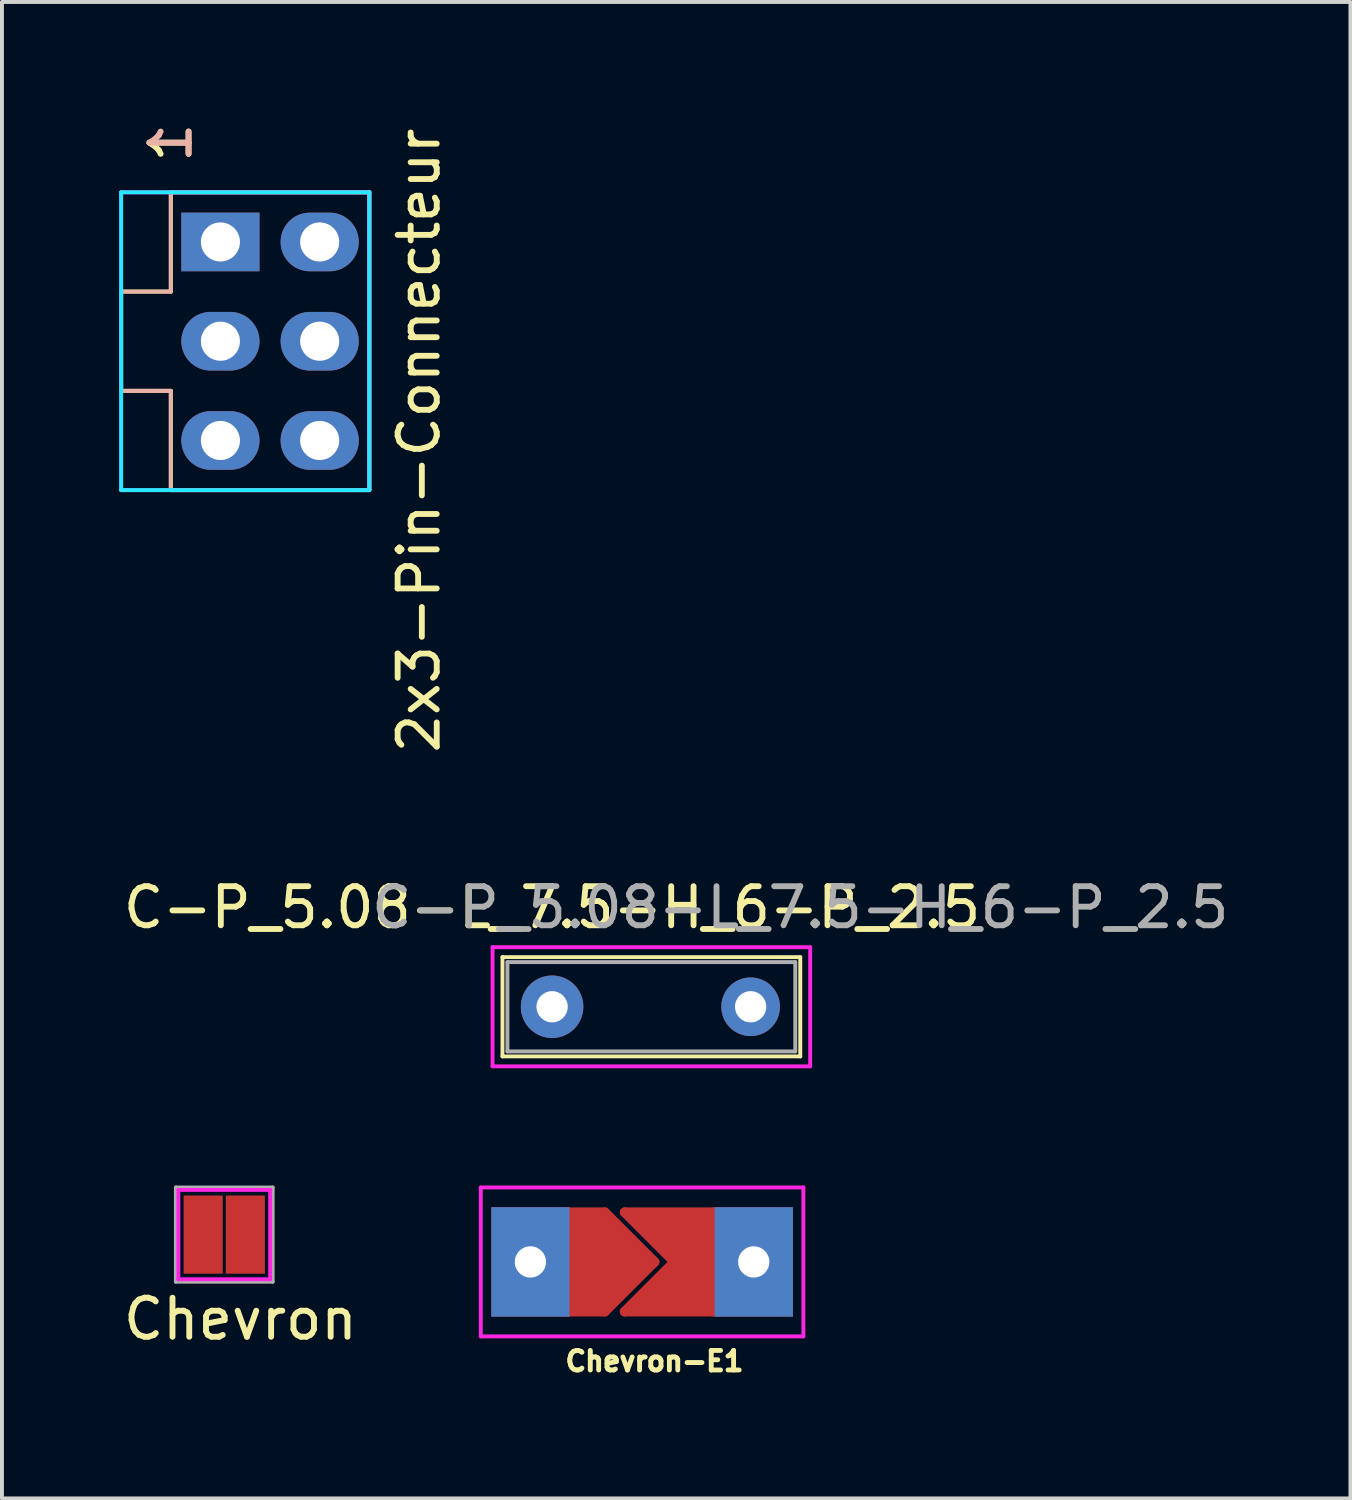
<source format=kicad_pcb>
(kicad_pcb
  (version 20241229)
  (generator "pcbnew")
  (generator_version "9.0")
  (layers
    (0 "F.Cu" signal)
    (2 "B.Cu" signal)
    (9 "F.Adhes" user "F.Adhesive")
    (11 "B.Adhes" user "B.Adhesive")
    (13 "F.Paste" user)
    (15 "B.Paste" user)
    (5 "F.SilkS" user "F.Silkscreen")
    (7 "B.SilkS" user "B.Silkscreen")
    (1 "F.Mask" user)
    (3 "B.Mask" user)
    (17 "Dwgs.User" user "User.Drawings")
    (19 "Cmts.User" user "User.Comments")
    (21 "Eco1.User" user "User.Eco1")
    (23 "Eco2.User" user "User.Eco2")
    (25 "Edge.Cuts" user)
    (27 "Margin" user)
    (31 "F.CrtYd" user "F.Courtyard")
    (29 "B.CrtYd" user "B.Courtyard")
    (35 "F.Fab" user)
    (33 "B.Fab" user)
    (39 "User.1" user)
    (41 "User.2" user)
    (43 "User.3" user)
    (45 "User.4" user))
  (footprint "Chevron"
    (layer "F.Cu")
    (at 2.149 28.541)
    (property "Reference" "Chevron" (at 0.953 2.159 0) (layer "F.SilkS") (effects (font (size 1 1) (thickness 0.15))))
    (attr through_hole)
    (fp_line (start -0.572 -1.079) (end -0.572 1.079) (stroke (width 0.1) (type solid)) (layer "F.Mask"))
    (fp_line (start -0.572 1.079) (end 1.651 1.079) (stroke (width 0.1) (type solid)) (layer "F.Mask"))
    (fp_line (start 1.651 -1.079) (end -0.572 -1.079) (stroke (width 0.1) (type solid)) (layer "F.Mask"))
    (fp_line (start 1.651 1.079) (end 1.651 -1.079) (stroke (width 0.1) (type solid)) (layer "F.Mask"))
    (fp_line (start -0.635 -1.143) (end 1.714 -1.143) (stroke (width 0.1) (type solid)) (layer "F.CrtYd"))
    (fp_line (start -0.635 1.143) (end -0.635 -1.143) (stroke (width 0.1) (type solid)) (layer "F.CrtYd"))
    (fp_line (start 1.714 -1.143) (end 1.714 1.143) (stroke (width 0.1) (type solid)) (layer "F.CrtYd"))
    (fp_line (start 1.714 1.143) (end -0.635 1.143) (stroke (width 0.1) (type solid)) (layer "F.CrtYd"))
    (fp_line (start -0.699 -1.206) (end 1.778 -1.206) (stroke (width 0.1) (type solid)) (layer "F.Fab"))
    (fp_line (start -0.699 1.206) (end -0.699 -1.206) (stroke (width 0.1) (type solid)) (layer "F.Fab"))
    (fp_line (start 1.778 -1.206) (end 1.778 1.206) (stroke (width 0.1) (type solid)) (layer "F.Fab"))
    (fp_line (start 1.778 1.206) (end -0.699 1.206) (stroke (width 0.1) (type solid)) (layer "F.Fab"))
    (pad "1" smd rect (at 0 0) (size 1 2) (layers "F.Cu" "F.Mask" "F.Paste"))
    (pad "2" smd rect (at 1.079 0) (size 1 2) (layers "F.Cu" "F.Mask" "F.Paste")))
  (footprint "Chevron-E1"
    (layer "F.Cu")
    (at 13.697 29.24)
    (property "Reference" "Chevron-E1" (at 0 2.54 0) (layer "F.SilkS") (effects (font (size 0.5 0.5) (thickness 0.125))))
    (attr through_hole)
    (fp_line (start -2.286 -1.27) (end -2.286 1.27) (stroke (width 0.25) (type solid)) (layer "F.Cu"))
    (fp_line (start -2.286 1.27) (end -1.27 1.27) (stroke (width 0.25) (type solid)) (layer "F.Cu"))
    (fp_line (start -2.159 -1.143) (end -2.159 1.143) (stroke (width 0.25) (type solid)) (layer "F.Cu"))
    (fp_line (start -2.032 -1.143) (end -2.032 1.143) (stroke (width 0.25) (type solid)) (layer "F.Cu"))
    (fp_line (start -1.905 -1.143) (end -1.905 1.143) (stroke (width 0.25) (type solid)) (layer "F.Cu"))
    (fp_line (start -1.778 -1.143) (end -1.778 1.143) (stroke (width 0.25) (type solid)) (layer "F.Cu"))
    (fp_line (start -1.651 -1.143) (end -1.651 1.143) (stroke (width 0.25) (type solid)) (layer "F.Cu"))
    (fp_line (start -1.524 -1.143) (end -1.524 1.143) (stroke (width 0.25) (type solid)) (layer "F.Cu"))
    (fp_line (start -1.397 -1.143) (end -1.397 1.143) (stroke (width 0.25) (type solid)) (layer "F.Cu"))
    (fp_line (start -1.27 -1.27) (end -2.286 -1.27) (stroke (width 0.25) (type solid)) (layer "F.Cu"))
    (fp_line (start -1.27 -1.143) (end -1.27 1.143) (stroke (width 0.25) (type solid)) (layer "F.Cu"))
    (fp_line (start -1.27 1.27) (end 0 0) (stroke (width 0.25) (type solid)) (layer "F.Cu"))
    (fp_line (start -1.143 -1.016) (end -1.143 1.016) (stroke (width 0.25) (type solid)) (layer "F.Cu"))
    (fp_line (start -1.016 -0.889) (end -1.016 0.889) (stroke (width 0.25) (type solid)) (layer "F.Cu"))
    (fp_line (start -0.889 -0.762) (end -0.889 0.762) (stroke (width 0.25) (type solid)) (layer "F.Cu"))
    (fp_line (start -0.762 -1.27) (end 0.508 0) (stroke (width 0.25) (type solid)) (layer "F.Cu"))
    (fp_line (start -0.762 -0.635) (end -0.762 0.635) (stroke (width 0.25) (type solid)) (layer "F.Cu"))
    (fp_line (start -0.762 1.27) (end 1.524 1.27) (stroke (width 0.25) (type solid)) (layer "F.Cu"))
    (fp_line (start -0.635 -0.508) (end -0.635 0.508) (stroke (width 0.25) (type solid)) (layer "F.Cu"))
    (fp_line (start -0.508 -0.381) (end -0.508 0.381) (stroke (width 0.25) (type solid)) (layer "F.Cu"))
    (fp_line (start -0.381 -1.143) (end 1.397 -1.143) (stroke (width 0.25) (type solid)) (layer "F.Cu"))
    (fp_line (start -0.381 -0.254) (end -0.381 0.254) (stroke (width 0.25) (type solid)) (layer "F.Cu"))
    (fp_line (start -0.381 1.143) (end 1.397 1.143) (stroke (width 0.25) (type solid)) (layer "F.Cu"))
    (fp_line (start -0.254 -1.016) (end 1.397 -1.016) (stroke (width 0.25) (type solid)) (layer "F.Cu"))
    (fp_line (start -0.254 -0.127) (end -0.254 0.127) (stroke (width 0.25) (type solid)) (layer "F.Cu"))
    (fp_line (start -0.254 1.016) (end 1.397 1.016) (stroke (width 0.25) (type solid)) (layer "F.Cu"))
    (fp_line (start -0.127 -0.889) (end 1.397 -0.889) (stroke (width 0.25) (type solid)) (layer "F.Cu"))
    (fp_line (start -0.127 0) (end -0.254 0) (stroke (width 0.25) (type solid)) (layer "F.Cu"))
    (fp_line (start -0.127 0.889) (end 1.397 0.889) (stroke (width 0.25) (type solid)) (layer "F.Cu"))
    (fp_line (start 0 -0.762) (end 1.397 -0.762) (stroke (width 0.25) (type solid)) (layer "F.Cu"))
    (fp_line (start 0 0) (end -1.27 -1.27) (stroke (width 0.25) (type solid)) (layer "F.Cu"))
    (fp_line (start 0 0.762) (end 1.397 0.762) (stroke (width 0.25) (type solid)) (layer "F.Cu"))
    (fp_line (start 0.127 -0.635) (end 1.397 -0.635) (stroke (width 0.25) (type solid)) (layer "F.Cu"))
    (fp_line (start 0.127 0.635) (end 1.397 0.635) (stroke (width 0.25) (type solid)) (layer "F.Cu"))
    (fp_line (start 0.254 -0.508) (end 1.397 -0.508) (stroke (width 0.25) (type solid)) (layer "F.Cu"))
    (fp_line (start 0.254 0.508) (end 1.397 0.508) (stroke (width 0.25) (type solid)) (layer "F.Cu"))
    (fp_line (start 0.381 -0.381) (end 1.397 -0.381) (stroke (width 0.25) (type solid)) (layer "F.Cu"))
    (fp_line (start 0.381 0.381) (end 1.397 0.381) (stroke (width 0.25) (type solid)) (layer "F.Cu"))
    (fp_line (start 0.508 -0.254) (end 1.397 -0.254) (stroke (width 0.25) (type solid)) (layer "F.Cu"))
    (fp_line (start 0.508 0) (end -0.762 1.27) (stroke (width 0.25) (type solid)) (layer "F.Cu"))
    (fp_line (start 0.508 0.254) (end 1.397 0.254) (stroke (width 0.2) (type solid)) (layer "F.Cu"))
    (fp_line (start 0.635 -0.127) (end 1.397 -0.127) (stroke (width 0.25) (type solid)) (layer "F.Cu"))
    (fp_line (start 0.635 0) (end 1.397 0) (stroke (width 0.25) (type solid)) (layer "F.Cu"))
    (fp_line (start 0.635 0.127) (end 1.397 0.127) (stroke (width 0.25) (type solid)) (layer "F.Cu"))
    (fp_line (start 1.524 -1.27) (end -0.762 -1.27) (stroke (width 0.25) (type solid)) (layer "F.Cu"))
    (fp_line (start 1.524 1.27) (end 1.524 -1.27) (stroke (width 0.25) (type solid)) (layer "F.Cu"))
    (fp_line (start -4.445 -1.905) (end 3.81 -1.905) (stroke (width 0.1) (type solid)) (layer "F.CrtYd"))
    (fp_line (start -4.445 1.905) (end -4.445 -1.905) (stroke (width 0.1) (type solid)) (layer "F.CrtYd"))
    (fp_line (start 3.81 -1.905) (end 3.81 1.905) (stroke (width 0.1) (type solid)) (layer "F.CrtYd"))
    (fp_line (start 3.81 1.905) (end -4.445 1.905) (stroke (width 0.1) (type solid)) (layer "F.CrtYd"))
    (pad "1" thru_hole rect (at -3.175 0) (size 2 2.8) (drill 0.8) (layers "*.Cu" "*.Mask"))
    (pad "2" thru_hole rect (at 2.54 0) (size 2 2.8) (drill 0.8) (layers "*.Cu" "*.Mask")))
  (footprint "C-P_5.08-L_7.5-H_6-P_2.5"
    (layer "F.Cu")
    (at 11.077 22.711)
    (property "Reference" "C-P_5.08-L_7.5-H_6-P_2.5" (at 0 -2.54 0) (layer "F.SilkS") (effects (font (size 1 1) (thickness 0.15))))
    (attr through_hole)
    (fp_line (start -1.27 -1.27) (end -1.27 1.27) (stroke (width 0.1) (type solid)) (layer "F.SilkS"))
    (fp_line (start -1.27 1.27) (end 6.35 1.27) (stroke (width 0.1) (type solid)) (layer "F.SilkS"))
    (fp_line (start 6.35 -1.27) (end -1.27 -1.27) (stroke (width 0.1) (type solid)) (layer "F.SilkS"))
    (fp_line (start 6.35 1.27) (end 6.35 -1.27) (stroke (width 0.1) (type solid)) (layer "F.SilkS"))
    (fp_line (start -1.524 -1.524) (end 6.604 -1.524) (stroke (width 0.1) (type solid)) (layer "F.CrtYd"))
    (fp_line (start -1.524 1.524) (end -1.524 -1.524) (stroke (width 0.1) (type solid)) (layer "F.CrtYd"))
    (fp_line (start 6.604 -1.524) (end 6.604 1.524) (stroke (width 0.1) (type solid)) (layer "F.CrtYd"))
    (fp_line (start 6.604 1.524) (end -1.524 1.524) (stroke (width 0.1) (type solid)) (layer "F.CrtYd"))
    (fp_line (start -1.143 -1.143) (end 6.223 -1.143) (stroke (width 0.1) (type solid)) (layer "F.Fab"))
    (fp_line (start -1.143 1.143) (end -1.143 -1.143) (stroke (width 0.1) (type solid)) (layer "F.Fab"))
    (fp_line (start 6.223 -1.143) (end 6.223 1.143) (stroke (width 0.1) (type solid)) (layer "F.Fab"))
    (fp_line (start 6.223 1.143) (end -1.143 1.143) (stroke (width 0.1) (type solid)) (layer "F.Fab"))
    (fp_text user "${REFERENCE}" (at 6.35 -2.54 0) (layer "F.Fab") (effects (font (size 1 1) (thickness 0.15))))
    (pad "1" thru_hole circle (at 0 0) (size 1.6 1.6) (drill 0.8) (layers "*.Cu" "*.Mask"))
    (pad "2" thru_hole circle (at 5.08 0) (size 1.5 1.5) (drill 0.8) (layers "*.Cu" "*.Mask")))
  (footprint "2x3-Pin-Connecteur"
    (layer "F.Cu")
    (at 2.59 3.141)
    (property "Reference" "2x3-Pin-Connecteur" (at 5.08 5.08 90) (layer "F.SilkS") (effects (font (size 1 1) (thickness 0.15))))
    (attr through_hole)
    (fp_line (start -2.54 1.27) (end -1.27 1.27) (stroke (width 0.1) (type solid)) (layer "F.SilkS"))
    (fp_line (start -2.54 3.81) (end -2.54 1.27) (stroke (width 0.1) (type solid)) (layer "F.SilkS"))
    (fp_line (start -1.27 -1.27) (end 3.81 -1.27) (stroke (width 0.1) (type solid)) (layer "F.SilkS"))
    (fp_line (start -1.27 1.27) (end -1.27 -1.27) (stroke (width 0.1) (type solid)) (layer "F.SilkS"))
    (fp_line (start -1.27 3.81) (end -2.54 3.81) (stroke (width 0.1) (type solid)) (layer "F.SilkS"))
    (fp_line (start -1.27 6.35) (end -1.27 3.81) (stroke (width 0.1) (type solid)) (layer "F.SilkS"))
    (fp_line (start 3.81 -1.27) (end 3.81 6.35) (stroke (width 0.1) (type solid)) (layer "F.SilkS"))
    (fp_line (start 3.81 6.35) (end -1.27 6.35) (stroke (width 0.1) (type solid)) (layer "F.SilkS"))
    (fp_line (start -2.54 1.27) (end -1.27 1.27) (stroke (width 0.1) (type solid)) (layer "B.SilkS"))
    (fp_line (start -2.54 3.81) (end -2.54 1.27) (stroke (width 0.1) (type solid)) (layer "B.SilkS"))
    (fp_line (start -1.27 -1.27) (end 3.81 -1.27) (stroke (width 0.1) (type solid)) (layer "B.SilkS"))
    (fp_line (start -1.27 1.27) (end -1.27 -1.27) (stroke (width 0.1) (type solid)) (layer "B.SilkS"))
    (fp_line (start -1.27 3.81) (end -2.54 3.81) (stroke (width 0.1) (type solid)) (layer "B.SilkS"))
    (fp_line (start -1.27 6.35) (end -1.27 3.81) (stroke (width 0.1) (type solid)) (layer "B.SilkS"))
    (fp_line (start 3.81 -1.27) (end 3.81 6.35) (stroke (width 0.1) (type solid)) (layer "B.SilkS"))
    (fp_line (start 3.81 6.35) (end -1.27 6.35) (stroke (width 0.1) (type solid)) (layer "B.SilkS"))
    (fp_line (start -2.54 -1.27) (end 3.81 -1.27) (stroke (width 0.1) (type solid)) (layer "B.CrtYd"))
    (fp_line (start -2.54 6.35) (end -2.54 -1.27) (stroke (width 0.1) (type solid)) (layer "B.CrtYd"))
    (fp_line (start 3.81 -1.27) (end 3.81 6.35) (stroke (width 0.1) (type solid)) (layer "B.CrtYd"))
    (fp_line (start 3.81 6.35) (end -2.54 6.35) (stroke (width 0.1) (type solid)) (layer "B.CrtYd"))
    (fp_line (start -2.54 -1.27) (end 3.81 -1.27) (stroke (width 0.1) (type solid)) (layer "F.CrtYd"))
    (fp_line (start -2.54 6.35) (end -2.54 -1.27) (stroke (width 0.1) (type solid)) (layer "F.CrtYd"))
    (fp_line (start 3.81 -1.27) (end 3.81 6.35) (stroke (width 0.1) (type solid)) (layer "F.CrtYd"))
    (fp_line (start 3.81 6.35) (end -2.54 6.35) (stroke (width 0.1) (type solid)) (layer "F.CrtYd"))
    (fp_text user "1" (at -1.27 -2.54 90) (layer "F.SilkS") (effects (font (size 1 1) (thickness 0.15))))
    (fp_text user "1" (at -1.27 -2.54 90) (layer "B.SilkS") (effects (font (size 1 1) (thickness 0.15)) (justify mirror)))
    (pad "1" thru_hole rect (at 0 0) (size 2 1.5) (drill 1) (layers "*.Cu" "*.Mask"))
    (pad "2" thru_hole oval (at 2.54 0) (size 2 1.5) (drill 1) (layers "*.Cu" "*.Mask"))
    (pad "3" thru_hole oval (at 0 2.54) (size 2 1.5) (drill 1) (layers "*.Cu" "*.Mask"))
    (pad "4" thru_hole oval (at 2.54 2.54) (size 2 1.5) (drill 1) (layers "*.Cu" "*.Mask"))
    (pad "5" thru_hole oval (at 0 5.08) (size 2 1.5) (drill 1) (layers "*.Cu" "*.Mask"))
    (pad "6" thru_hole oval (at 2.54 5.08) (size 2 1.5) (drill 1) (layers "*.Cu" "*.Mask")))
  (gr_rect
    (start -3 -3)
    (end 31.505 35.292)
    (stroke (width 0.1) (type default))
    (fill no)
    (layer "Edge.Cuts")))
</source>
